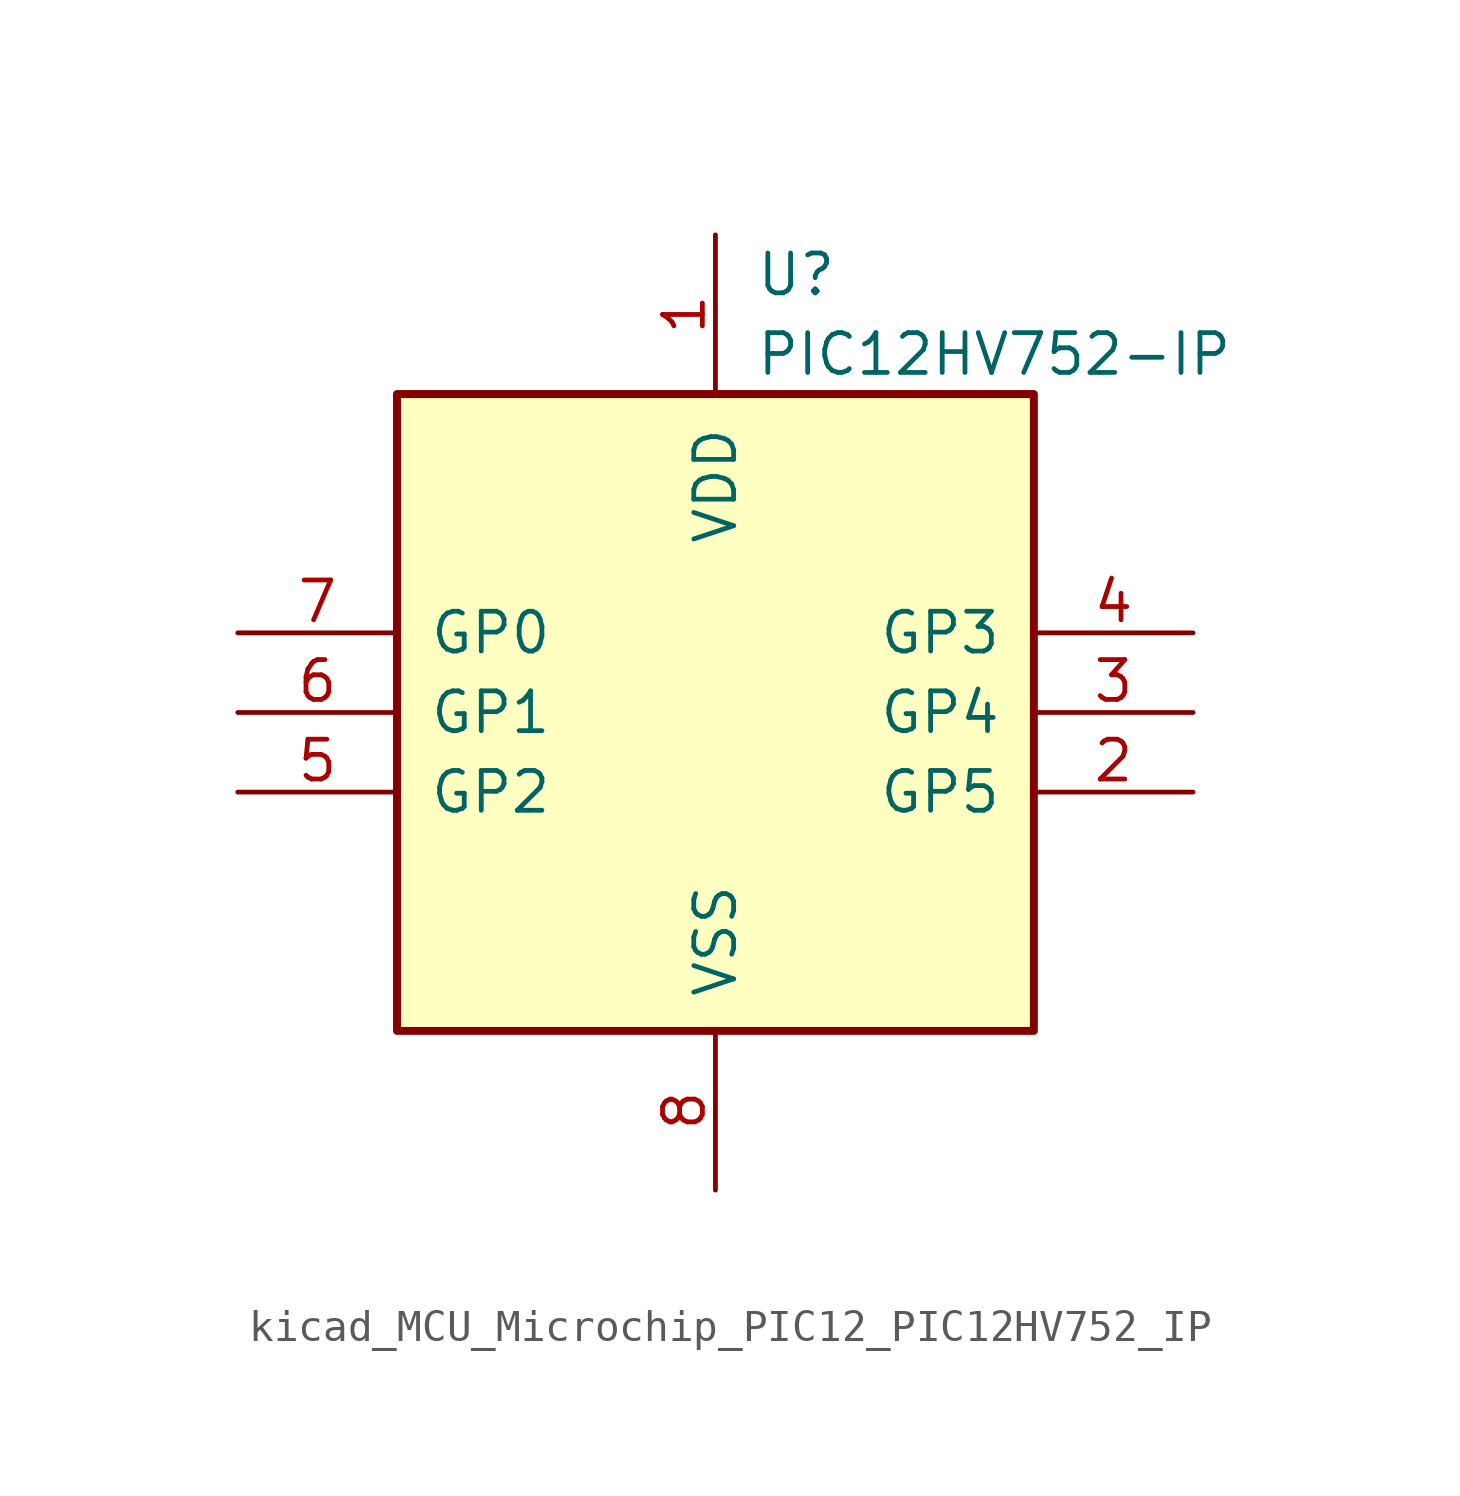
<source format=kicad_sym>
(kicad_symbol_lib
  (version 20220914)
  (generator kicad_symbol_editor)
  (symbol "kicad_MCU_Microchip_PIC12_PIC12HV752_IP"
    (pin_names
      (offset 1.016))
    (property "Reference" "U"
      (at 1.27 13.97 0)
      (effects (font (size 1.27 1.27)) (justify left)))
    (property "Value" "PIC12HV752-IP"
      (at 1.27 11.43 0)
      (effects (font (size 1.27 1.27)) (justify left)))
    (symbol "kicad_MCU_Microchip_PIC12_PIC12HV752_IP_0_1"
      (rectangle (start 10.16 -10.16) (end -10.16 10.16) (stroke (width 0.254) (type default)) (fill (type background))))
    (symbol "kicad_MCU_Microchip_PIC12_PIC12HV752_IP_1_1"
      (pin power_in line (at 0 15.24 270) (length 5.08) (name "VDD" (effects (font (size 1.27 1.27)))) (number "1" (effects (font (size 1.27 1.27)))))
      (pin bidirectional line (at 15.24 -2.54 180) (length 5.08) (name "GP5" (effects (font (size 1.27 1.27)))) (number "2" (effects (font (size 1.27 1.27)))))
      (pin bidirectional line (at 15.24 0 180) (length 5.08) (name "GP4" (effects (font (size 1.27 1.27)))) (number "3" (effects (font (size 1.27 1.27)))))
      (pin input line (at 15.24 2.54 180) (length 5.08) (name "GP3" (effects (font (size 1.27 1.27)))) (number "4" (effects (font (size 1.27 1.27)))))
      (pin bidirectional line (at -15.24 -2.54 0) (length 5.08) (name "GP2" (effects (font (size 1.27 1.27)))) (number "5" (effects (font (size 1.27 1.27)))))
      (pin bidirectional line (at -15.24 0 0) (length 5.08) (name "GP1" (effects (font (size 1.27 1.27)))) (number "6" (effects (font (size 1.27 1.27)))))
      (pin bidirectional line (at -15.24 2.54 0) (length 5.08) (name "GP0" (effects (font (size 1.27 1.27)))) (number "7" (effects (font (size 1.27 1.27)))))
      (pin power_in line (at 0 -15.24 90) (length 5.08) (name "VSS" (effects (font (size 1.27 1.27)))) (number "8" (effects (font (size 1.27 1.27))))))))
</source>
